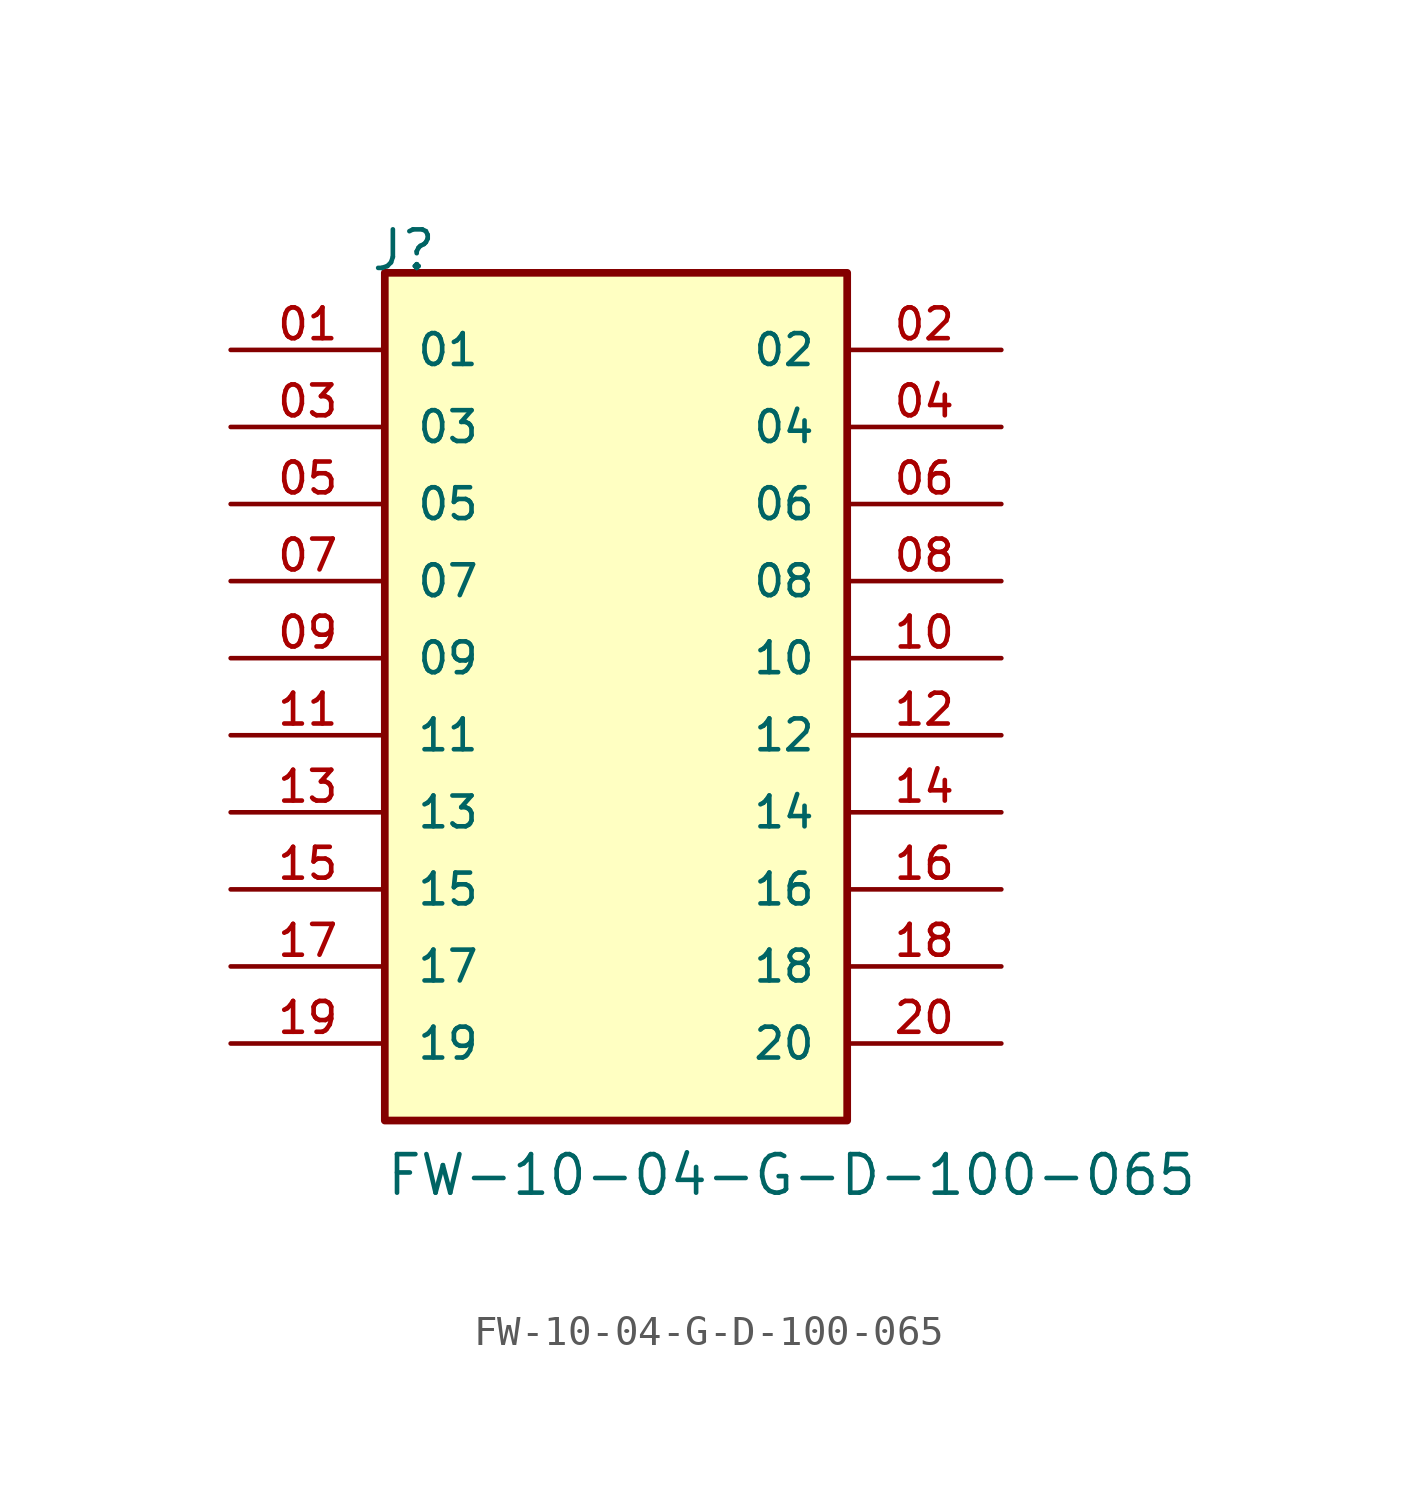
<source format=kicad_sym>
(kicad_symbol_lib
  (version 20211014)
  (generator kicad_symbol_editor)
  (symbol "FW-10-04-G-D-100-065"
    (pin_names
      (offset 1.016))
    (property "Reference" "J"
      (at -8.12 15.24 0)
      (effects (font (size 1.27 1.27)) (justify bottom left)))
    (property "Value" "FW-10-04-G-D-100-065"
      (at -7.62 -15.24 0)
      (effects (font (size 1.27 1.27)) (justify bottom left)))
    (symbol "FW-10-04-G-D-100-065_0_0"
      (rectangle (start -7.62 -12.7) (end 7.62 15.24) (stroke (width 0.254)) (fill (type background)))
      (pin passive line (at -12.7 12.7 0) (length 5.08) (name "01" (effects (font (size 1.016 1.016)))) (number "01" (effects (font (size 1.016 1.016)))))
      (pin passive line (at 12.7 12.7 180.0) (length 5.08) (name "02" (effects (font (size 1.016 1.016)))) (number "02" (effects (font (size 1.016 1.016)))))
      (pin passive line (at -12.7 10.16 0) (length 5.08) (name "03" (effects (font (size 1.016 1.016)))) (number "03" (effects (font (size 1.016 1.016)))))
      (pin passive line (at 12.7 10.16 180.0) (length 5.08) (name "04" (effects (font (size 1.016 1.016)))) (number "04" (effects (font (size 1.016 1.016)))))
      (pin passive line (at -12.7 7.62 0) (length 5.08) (name "05" (effects (font (size 1.016 1.016)))) (number "05" (effects (font (size 1.016 1.016)))))
      (pin passive line (at 12.7 7.62 180.0) (length 5.08) (name "06" (effects (font (size 1.016 1.016)))) (number "06" (effects (font (size 1.016 1.016)))))
      (pin passive line (at -12.7 5.08 0) (length 5.08) (name "07" (effects (font (size 1.016 1.016)))) (number "07" (effects (font (size 1.016 1.016)))))
      (pin passive line (at 12.7 5.08 180.0) (length 5.08) (name "08" (effects (font (size 1.016 1.016)))) (number "08" (effects (font (size 1.016 1.016)))))
      (pin passive line (at -12.7 2.54 0) (length 5.08) (name "09" (effects (font (size 1.016 1.016)))) (number "09" (effects (font (size 1.016 1.016)))))
      (pin passive line (at 12.7 2.54 180.0) (length 5.08) (name "10" (effects (font (size 1.016 1.016)))) (number "10" (effects (font (size 1.016 1.016)))))
      (pin passive line (at -12.7 0.0 0) (length 5.08) (name "11" (effects (font (size 1.016 1.016)))) (number "11" (effects (font (size 1.016 1.016)))))
      (pin passive line (at 12.7 0.0 180.0) (length 5.08) (name "12" (effects (font (size 1.016 1.016)))) (number "12" (effects (font (size 1.016 1.016)))))
      (pin passive line (at -12.7 -2.54 0) (length 5.08) (name "13" (effects (font (size 1.016 1.016)))) (number "13" (effects (font (size 1.016 1.016)))))
      (pin passive line (at 12.7 -2.54 180.0) (length 5.08) (name "14" (effects (font (size 1.016 1.016)))) (number "14" (effects (font (size 1.016 1.016)))))
      (pin passive line (at -12.7 -5.08 0) (length 5.08) (name "15" (effects (font (size 1.016 1.016)))) (number "15" (effects (font (size 1.016 1.016)))))
      (pin passive line (at 12.7 -5.08 180.0) (length 5.08) (name "16" (effects (font (size 1.016 1.016)))) (number "16" (effects (font (size 1.016 1.016)))))
      (pin passive line (at -12.7 -7.62 0) (length 5.08) (name "17" (effects (font (size 1.016 1.016)))) (number "17" (effects (font (size 1.016 1.016)))))
      (pin passive line (at 12.7 -7.62 180.0) (length 5.08) (name "18" (effects (font (size 1.016 1.016)))) (number "18" (effects (font (size 1.016 1.016)))))
      (pin passive line (at -12.7 -10.16 0) (length 5.08) (name "19" (effects (font (size 1.016 1.016)))) (number "19" (effects (font (size 1.016 1.016)))))
      (pin passive line (at 12.7 -10.16 180.0) (length 5.08) (name "20" (effects (font (size 1.016 1.016)))) (number "20" (effects (font (size 1.016 1.016))))))))
</source>
